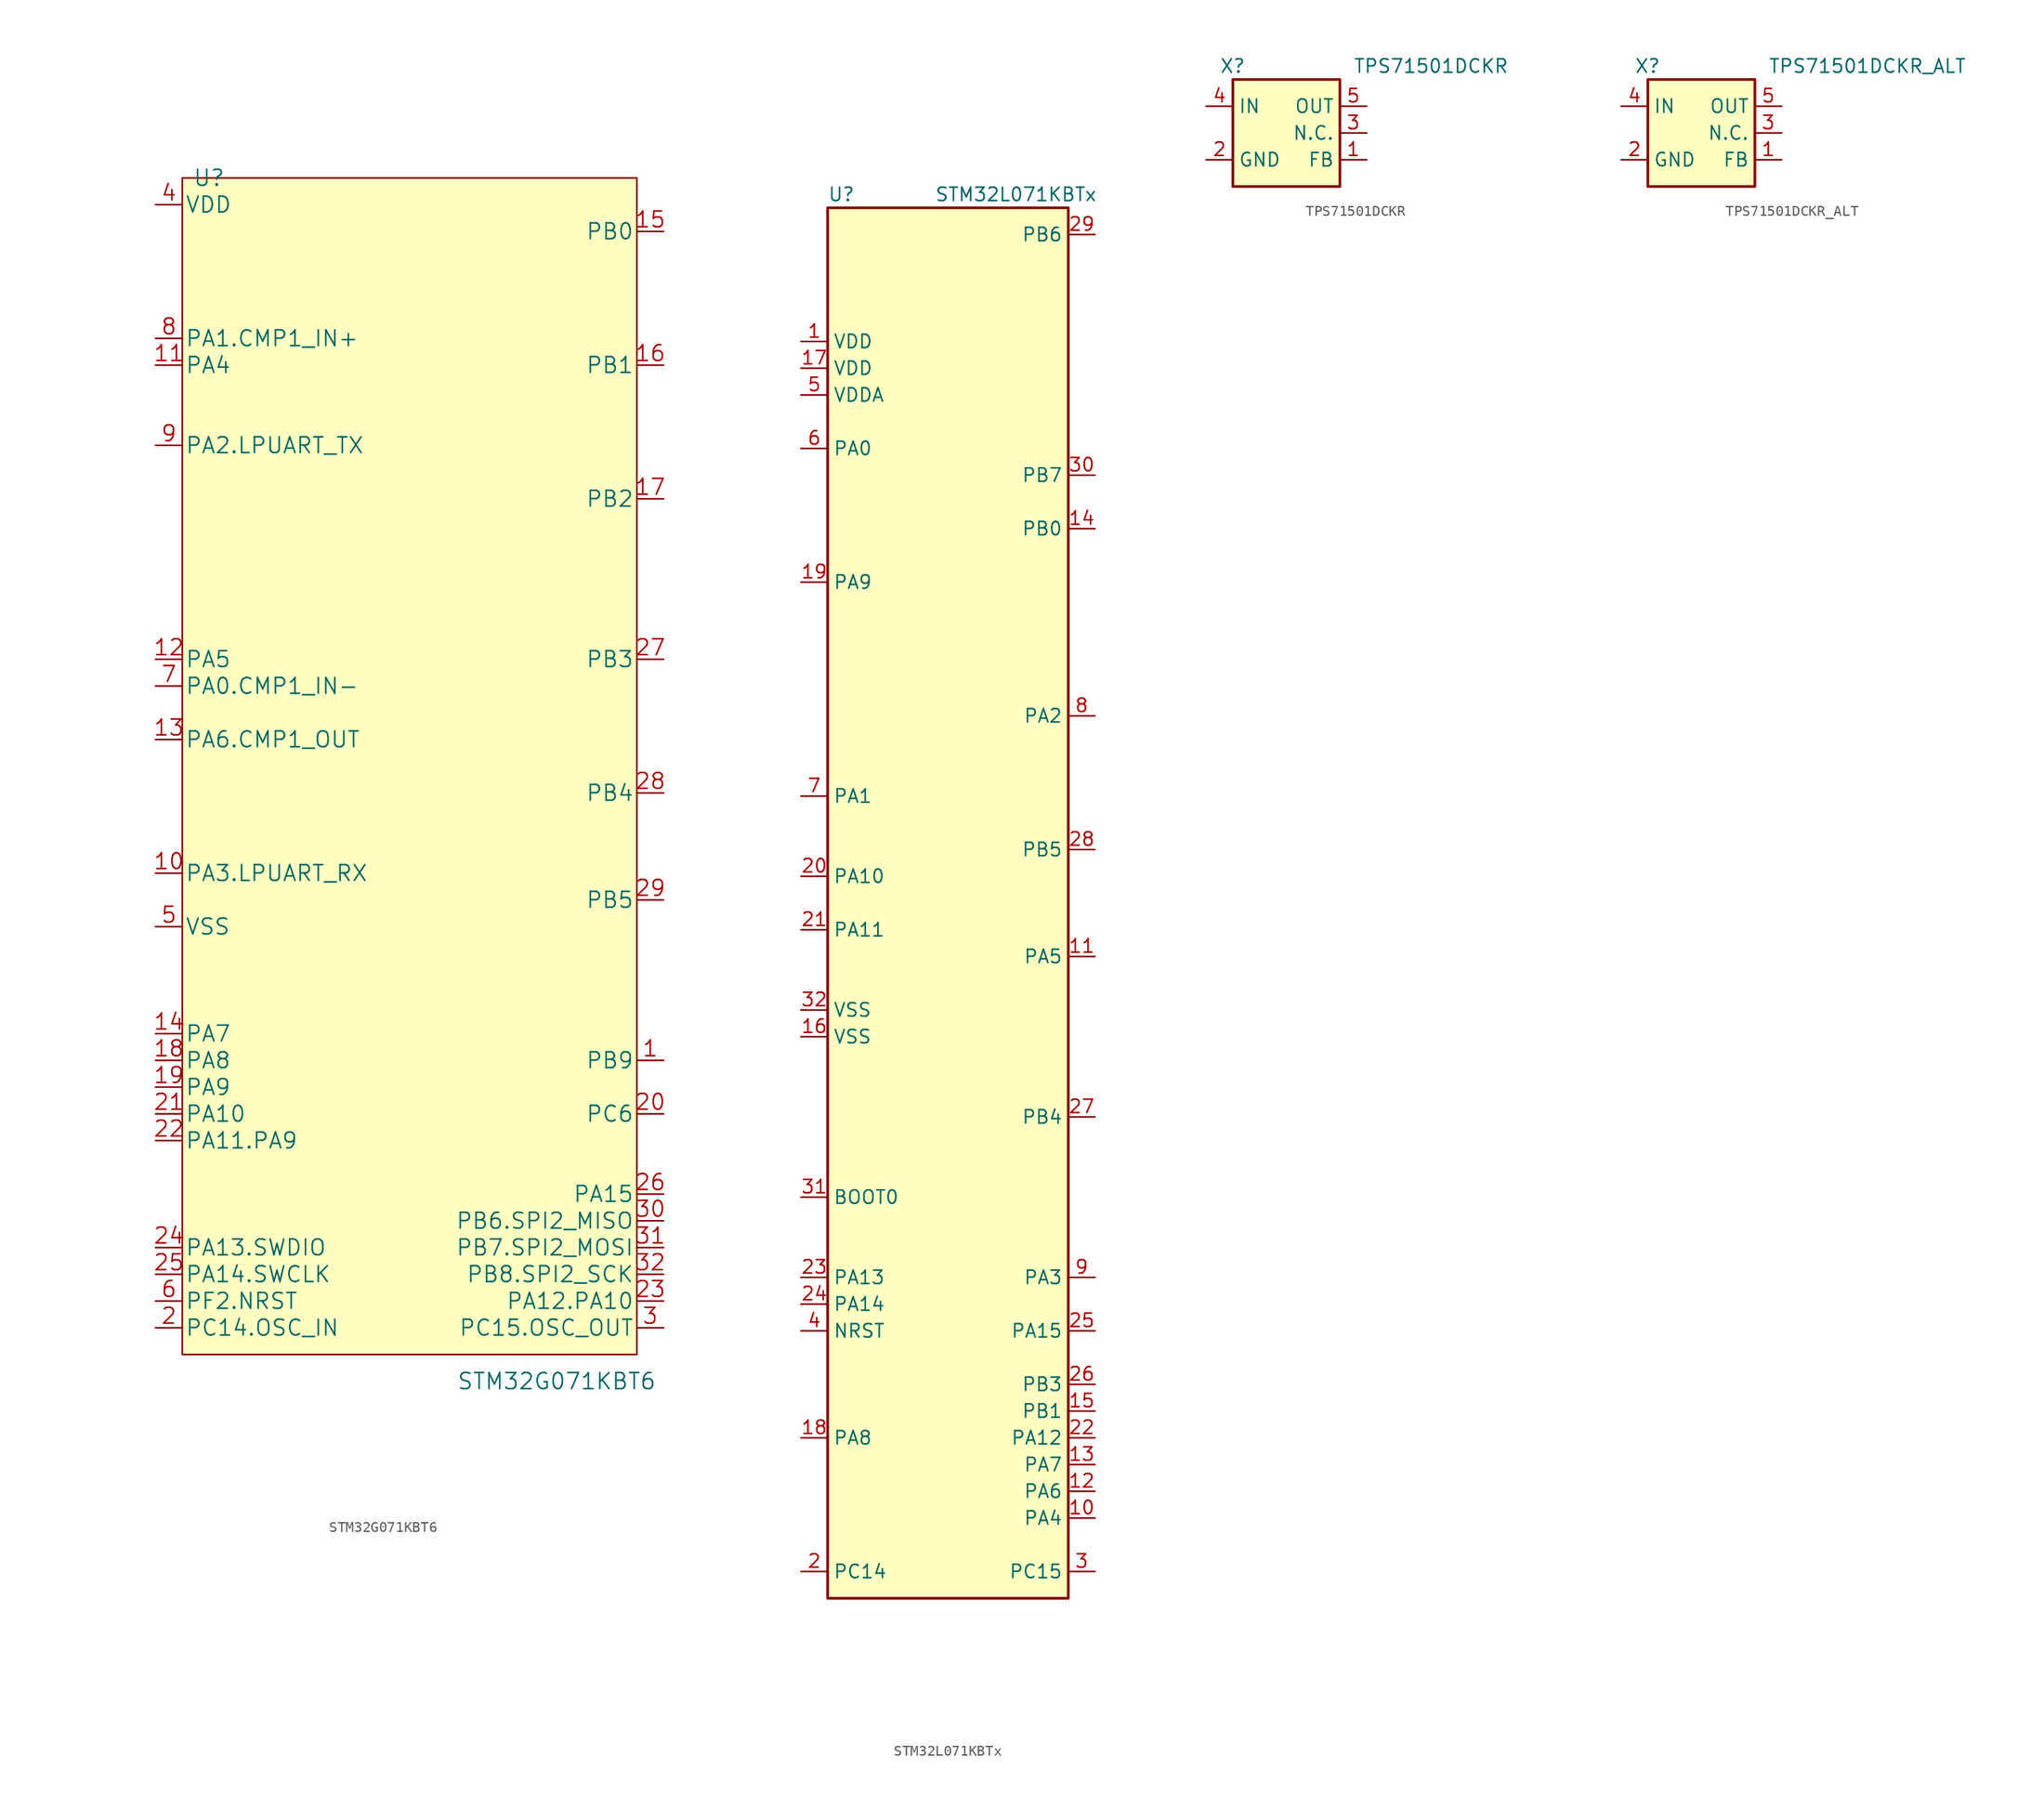
<source format=kicad_sym>
(kicad_symbol_lib
  (version 20211014)
  (generator kicad_symbol_editor)
  (symbol "STM32G071KBT6"
    (pin_names
      (offset 0.254))
    (property "Reference" "U"
      (at 10.16 53.34 0)
      (effects (font (size 1.524 1.524))))
    (property "Value" "STM32G071KBT6"
      (at 43.18 -60.96 0)
      (effects (font (size 1.524 1.524))))
    (property "Datasheet" ""
      (at 0 0 0)
      (effects (font (size 1.524 1.524))))
    (property "ki_locked" ""
      (at 0 0 0)
      (effects (font (size 1.27 1.27))))
    (symbol "STM32G071KBT6_1_1"
      (rectangle (start 7.62 53.34) (end 50.8 -58.42) (stroke (width 0) (type default) (color 0 0 0 0)) (fill (type background)))
      (pin bidirectional line (at 53.34 -30.48 180) (length 2.54) (name "PB9" (effects (font (size 1.499 1.499)))) (number "1" (effects (font (size 1.499 1.499)))))
      (pin bidirectional line (at 5.08 -12.7 0) (length 2.54) (name "PA3.LPUART_RX" (effects (font (size 1.499 1.499)))) (number "10" (effects (font (size 1.499 1.499)))))
      (pin bidirectional line (at 5.08 35.56 0) (length 2.54) (name "PA4" (effects (font (size 1.499 1.499)))) (number "11" (effects (font (size 1.499 1.499)))))
      (pin bidirectional line (at 5.08 7.62 0) (length 2.54) (name "PA5" (effects (font (size 1.499 1.499)))) (number "12" (effects (font (size 1.499 1.499)))))
      (pin bidirectional line (at 5.08 0 0) (length 2.54) (name "PA6.CMP1_OUT" (effects (font (size 1.499 1.499)))) (number "13" (effects (font (size 1.499 1.499)))))
      (pin bidirectional line (at 5.08 -27.94 0) (length 2.54) (name "PA7" (effects (font (size 1.499 1.499)))) (number "14" (effects (font (size 1.499 1.499)))))
      (pin bidirectional line (at 53.34 48.26 180) (length 2.54) (name "PB0" (effects (font (size 1.499 1.499)))) (number "15" (effects (font (size 1.499 1.499)))))
      (pin bidirectional line (at 53.34 35.56 180) (length 2.54) (name "PB1" (effects (font (size 1.499 1.499)))) (number "16" (effects (font (size 1.499 1.499)))))
      (pin bidirectional line (at 53.34 22.86 180) (length 2.54) (name "PB2" (effects (font (size 1.499 1.499)))) (number "17" (effects (font (size 1.499 1.499)))))
      (pin bidirectional line (at 5.08 -30.48 0) (length 2.54) (name "PA8" (effects (font (size 1.499 1.499)))) (number "18" (effects (font (size 1.499 1.499)))))
      (pin bidirectional line (at 5.08 -33.02 0) (length 2.54) (name "PA9" (effects (font (size 1.499 1.499)))) (number "19" (effects (font (size 1.499 1.499)))))
      (pin bidirectional line (at 5.08 -55.88 0) (length 2.54) (name "PC14.OSC_IN" (effects (font (size 1.499 1.499)))) (number "2" (effects (font (size 1.499 1.499)))))
      (pin bidirectional line (at 53.34 -35.56 180) (length 2.54) (name "PC6" (effects (font (size 1.499 1.499)))) (number "20" (effects (font (size 1.499 1.499)))))
      (pin bidirectional line (at 5.08 -35.56 0) (length 2.54) (name "PA10" (effects (font (size 1.499 1.499)))) (number "21" (effects (font (size 1.499 1.499)))))
      (pin bidirectional line (at 5.08 -38.1 0) (length 2.54) (name "PA11.PA9" (effects (font (size 1.499 1.499)))) (number "22" (effects (font (size 1.499 1.499)))))
      (pin bidirectional line (at 53.34 -53.34 180) (length 2.54) (name "PA12.PA10" (effects (font (size 1.499 1.499)))) (number "23" (effects (font (size 1.499 1.499)))))
      (pin bidirectional line (at 5.08 -48.26 0) (length 2.54) (name "PA13.SWDIO" (effects (font (size 1.499 1.499)))) (number "24" (effects (font (size 1.499 1.499)))))
      (pin bidirectional line (at 5.08 -50.8 0) (length 2.54) (name "PA14.SWCLK" (effects (font (size 1.499 1.499)))) (number "25" (effects (font (size 1.499 1.499)))))
      (pin bidirectional line (at 53.34 -43.18 180) (length 2.54) (name "PA15" (effects (font (size 1.499 1.499)))) (number "26" (effects (font (size 1.499 1.499)))))
      (pin bidirectional line (at 53.34 7.62 180) (length 2.54) (name "PB3" (effects (font (size 1.499 1.499)))) (number "27" (effects (font (size 1.499 1.499)))))
      (pin bidirectional line (at 53.34 -5.08 180) (length 2.54) (name "PB4" (effects (font (size 1.499 1.499)))) (number "28" (effects (font (size 1.499 1.499)))))
      (pin bidirectional line (at 53.34 -15.24 180) (length 2.54) (name "PB5" (effects (font (size 1.499 1.499)))) (number "29" (effects (font (size 1.499 1.499)))))
      (pin bidirectional line (at 53.34 -55.88 180) (length 2.54) (name "PC15.OSC_OUT" (effects (font (size 1.499 1.499)))) (number "3" (effects (font (size 1.499 1.499)))))
      (pin bidirectional line (at 53.34 -45.72 180) (length 2.54) (name "PB6.SPI2_MISO" (effects (font (size 1.499 1.499)))) (number "30" (effects (font (size 1.499 1.499)))))
      (pin bidirectional line (at 53.34 -48.26 180) (length 2.54) (name "PB7.SPI2_MOSI" (effects (font (size 1.499 1.499)))) (number "31" (effects (font (size 1.499 1.499)))))
      (pin bidirectional line (at 53.34 -50.8 180) (length 2.54) (name "PB8.SPI2_SCK" (effects (font (size 1.499 1.499)))) (number "32" (effects (font (size 1.499 1.499)))))
      (pin power_in line (at 5.08 50.8 0) (length 2.54) (name "VDD" (effects (font (size 1.499 1.499)))) (number "4" (effects (font (size 1.499 1.499)))))
      (pin power_in line (at 5.08 -17.78 0) (length 2.54) (name "VSS" (effects (font (size 1.499 1.499)))) (number "5" (effects (font (size 1.499 1.499)))))
      (pin bidirectional line (at 5.08 -53.34 0) (length 2.54) (name "PF2.NRST" (effects (font (size 1.499 1.499)))) (number "6" (effects (font (size 1.499 1.499)))))
      (pin bidirectional line (at 5.08 5.08 0) (length 2.54) (name "PA0.CMP1_IN-" (effects (font (size 1.499 1.499)))) (number "7" (effects (font (size 1.499 1.499)))))
      (pin bidirectional line (at 5.08 38.1 0) (length 2.54) (name "PA1.CMP1_IN+" (effects (font (size 1.499 1.499)))) (number "8" (effects (font (size 1.499 1.499)))))
      (pin bidirectional line (at 5.08 27.94 0) (length 2.54) (name "PA2.LPUART_TX" (effects (font (size 1.499 1.499)))) (number "9" (effects (font (size 1.499 1.499)))))))
  (symbol "STM32L071KBTx"
    (property "Reference" "U"
      (at -12.7 31.75 0)
      (effects (font (size 1.27 1.27)) (justify left)))
    (property "Value" "STM32L071KBTx"
      (at -2.54 31.75 0)
      (effects (font (size 1.27 1.27)) (justify left)))
    (symbol "STM32L071KBTx_0_1"
      (rectangle (start -12.7 -101.6) (end 10.16 30.48) (stroke (width 0.254) (type default) (color 0 0 0 0)) (fill (type background))))
    (symbol "STM32L071KBTx_1_1"
      (pin power_in line (at -15.24 17.78 0) (length 2.54) (name "VDD" (effects (font (size 1.27 1.27)))) (number "1" (effects (font (size 1.27 1.27)))))
      (pin bidirectional line (at 12.7 -93.98 180) (length 2.54) (name "PA4" (effects (font (size 1.27 1.27)))) (number "10" (effects (font (size 1.27 1.27)))))
      (pin bidirectional line (at 12.7 -40.64 180) (length 2.54) (name "PA5" (effects (font (size 1.27 1.27)))) (number "11" (effects (font (size 1.27 1.27)))))
      (pin bidirectional line (at 12.7 -91.44 180) (length 2.54) (name "PA6" (effects (font (size 1.27 1.27)))) (number "12" (effects (font (size 1.27 1.27)))))
      (pin bidirectional line (at 12.7 -88.9 180) (length 2.54) (name "PA7" (effects (font (size 1.27 1.27)))) (number "13" (effects (font (size 1.27 1.27)))))
      (pin bidirectional line (at 12.7 0 180) (length 2.54) (name "PB0" (effects (font (size 1.27 1.27)))) (number "14" (effects (font (size 1.27 1.27)))))
      (pin bidirectional line (at 12.7 -83.82 180) (length 2.54) (name "PB1" (effects (font (size 1.27 1.27)))) (number "15" (effects (font (size 1.27 1.27)))))
      (pin power_in line (at -15.24 -48.26 0) (length 2.54) (name "VSS" (effects (font (size 1.27 1.27)))) (number "16" (effects (font (size 1.27 1.27)))))
      (pin power_in line (at -15.24 15.24 0) (length 2.54) (name "VDD" (effects (font (size 1.27 1.27)))) (number "17" (effects (font (size 1.27 1.27)))))
      (pin bidirectional line (at -15.24 -86.36 0) (length 2.54) (name "PA8" (effects (font (size 1.27 1.27)))) (number "18" (effects (font (size 1.27 1.27)))))
      (pin bidirectional line (at -15.24 -5.08 0) (length 2.54) (name "PA9" (effects (font (size 1.27 1.27)))) (number "19" (effects (font (size 1.27 1.27)))))
      (pin bidirectional line (at -15.24 -99.06 0) (length 2.54) (name "PC14" (effects (font (size 1.27 1.27)))) (number "2" (effects (font (size 1.27 1.27)))))
      (pin bidirectional line (at -15.24 -33.02 0) (length 2.54) (name "PA10" (effects (font (size 1.27 1.27)))) (number "20" (effects (font (size 1.27 1.27)))))
      (pin bidirectional line (at -15.24 -38.1 0) (length 2.54) (name "PA11" (effects (font (size 1.27 1.27)))) (number "21" (effects (font (size 1.27 1.27)))))
      (pin bidirectional line (at 12.7 -86.36 180) (length 2.54) (name "PA12" (effects (font (size 1.27 1.27)))) (number "22" (effects (font (size 1.27 1.27)))))
      (pin bidirectional line (at -15.24 -71.12 0) (length 2.54) (name "PA13" (effects (font (size 1.27 1.27)))) (number "23" (effects (font (size 1.27 1.27)))))
      (pin bidirectional line (at -15.24 -73.66 0) (length 2.54) (name "PA14" (effects (font (size 1.27 1.27)))) (number "24" (effects (font (size 1.27 1.27)))))
      (pin bidirectional line (at 12.7 -76.2 180) (length 2.54) (name "PA15" (effects (font (size 1.27 1.27)))) (number "25" (effects (font (size 1.27 1.27)))))
      (pin bidirectional line (at 12.7 -81.28 180) (length 2.54) (name "PB3" (effects (font (size 1.27 1.27)))) (number "26" (effects (font (size 1.27 1.27)))))
      (pin bidirectional line (at 12.7 -55.88 180) (length 2.54) (name "PB4" (effects (font (size 1.27 1.27)))) (number "27" (effects (font (size 1.27 1.27)))))
      (pin bidirectional line (at 12.7 -30.48 180) (length 2.54) (name "PB5" (effects (font (size 1.27 1.27)))) (number "28" (effects (font (size 1.27 1.27)))))
      (pin bidirectional line (at 12.7 27.94 180) (length 2.54) (name "PB6" (effects (font (size 1.27 1.27)))) (number "29" (effects (font (size 1.27 1.27)))))
      (pin bidirectional line (at 12.7 -99.06 180) (length 2.54) (name "PC15" (effects (font (size 1.27 1.27)))) (number "3" (effects (font (size 1.27 1.27)))))
      (pin bidirectional line (at 12.7 5.08 180) (length 2.54) (name "PB7" (effects (font (size 1.27 1.27)))) (number "30" (effects (font (size 1.27 1.27)))))
      (pin input line (at -15.24 -63.5 0) (length 2.54) (name "BOOT0" (effects (font (size 1.27 1.27)))) (number "31" (effects (font (size 1.27 1.27)))))
      (pin power_in line (at -15.24 -45.72 0) (length 2.54) (name "VSS" (effects (font (size 1.27 1.27)))) (number "32" (effects (font (size 1.27 1.27)))))
      (pin input line (at -15.24 -76.2 0) (length 2.54) (name "NRST" (effects (font (size 1.27 1.27)))) (number "4" (effects (font (size 1.27 1.27)))))
      (pin power_in line (at -15.24 12.7 0) (length 2.54) (name "VDDA" (effects (font (size 1.27 1.27)))) (number "5" (effects (font (size 1.27 1.27)))))
      (pin bidirectional line (at -15.24 7.62 0) (length 2.54) (name "PA0" (effects (font (size 1.27 1.27)))) (number "6" (effects (font (size 1.27 1.27)))))
      (pin bidirectional line (at -15.24 -25.4 0) (length 2.54) (name "PA1" (effects (font (size 1.27 1.27)))) (number "7" (effects (font (size 1.27 1.27)))))
      (pin bidirectional line (at 12.7 -17.78 180) (length 2.54) (name "PA2" (effects (font (size 1.27 1.27)))) (number "8" (effects (font (size 1.27 1.27)))))
      (pin bidirectional line (at 12.7 -71.12 180) (length 2.54) (name "PA3" (effects (font (size 1.27 1.27)))) (number "9" (effects (font (size 1.27 1.27)))))))
  (symbol "TPS71501DCKR"
    (property "Reference" "X"
      (at -8.89 6.35 0)
      (effects (font (size 1.27 1.27)) (justify left)))
    (property "Value" "TPS71501DCKR"
      (at 3.81 6.35 0)
      (effects (font (size 1.27 1.27)) (justify left)))
    (symbol "TPS71501DCKR_0_1"
      (rectangle (start -7.62 5.08) (end 2.54 -5.08) (stroke (width 0.254) (type default) (color 0 0 0 0)) (fill (type background))))
    (symbol "TPS71501DCKR_1_1"
      (pin passive line (at 5.08 -2.54 180) (length 2.54) (name "FB" (effects (font (size 1.27 1.27)))) (number "1" (effects (font (size 1.27 1.27)))))
      (pin power_in line (at -10.16 -2.54 0) (length 2.54) (name "GND" (effects (font (size 1.27 1.27)))) (number "2" (effects (font (size 1.27 1.27)))))
      (pin passive line (at 5.08 0 180) (length 2.54) (name "N.C." (effects (font (size 1.27 1.27)))) (number "3" (effects (font (size 1.27 1.27)))))
      (pin power_in line (at -10.16 2.54 0) (length 2.54) (name "IN" (effects (font (size 1.27 1.27)))) (number "4" (effects (font (size 1.27 1.27)))))
      (pin power_out line (at 5.08 2.54 180) (length 2.54) (name "OUT" (effects (font (size 1.27 1.27)))) (number "5" (effects (font (size 1.27 1.27)))))))
  (symbol "TPS71501DCKR_ALT"
    (property "Reference" "X"
      (at -8.89 6.35 0)
      (effects (font (size 1.27 1.27)) (justify left)))
    (property "Value" "TPS71501DCKR_ALT"
      (at 3.81 6.35 0)
      (effects (font (size 1.27 1.27)) (justify left)))
    (symbol "TPS71501DCKR_ALT_0_1"
      (rectangle (start -7.62 5.08) (end 2.54 -5.08) (stroke (width 0.254) (type default) (color 0 0 0 0)) (fill (type background))))
    (symbol "TPS71501DCKR_ALT_1_1"
      (pin passive line (at 5.08 -2.54 180) (length 2.54) (name "FB" (effects (font (size 1.27 1.27)))) (number "1" (effects (font (size 1.27 1.27)))))
      (pin power_in line (at -10.16 -2.54 0) (length 2.54) (name "GND" (effects (font (size 1.27 1.27)))) (number "2" (effects (font (size 1.27 1.27)))))
      (pin passive line (at 5.08 0 180) (length 2.54) (name "N.C." (effects (font (size 1.27 1.27)))) (number "3" (effects (font (size 1.27 1.27)))))
      (pin power_in line (at -10.16 2.54 0) (length 2.54) (name "IN" (effects (font (size 1.27 1.27)))) (number "4" (effects (font (size 1.27 1.27)))))
      (pin power_out line (at 5.08 2.54 180) (length 2.54) (name "OUT" (effects (font (size 1.27 1.27)))) (number "5" (effects (font (size 1.27 1.27))))))))
</source>
